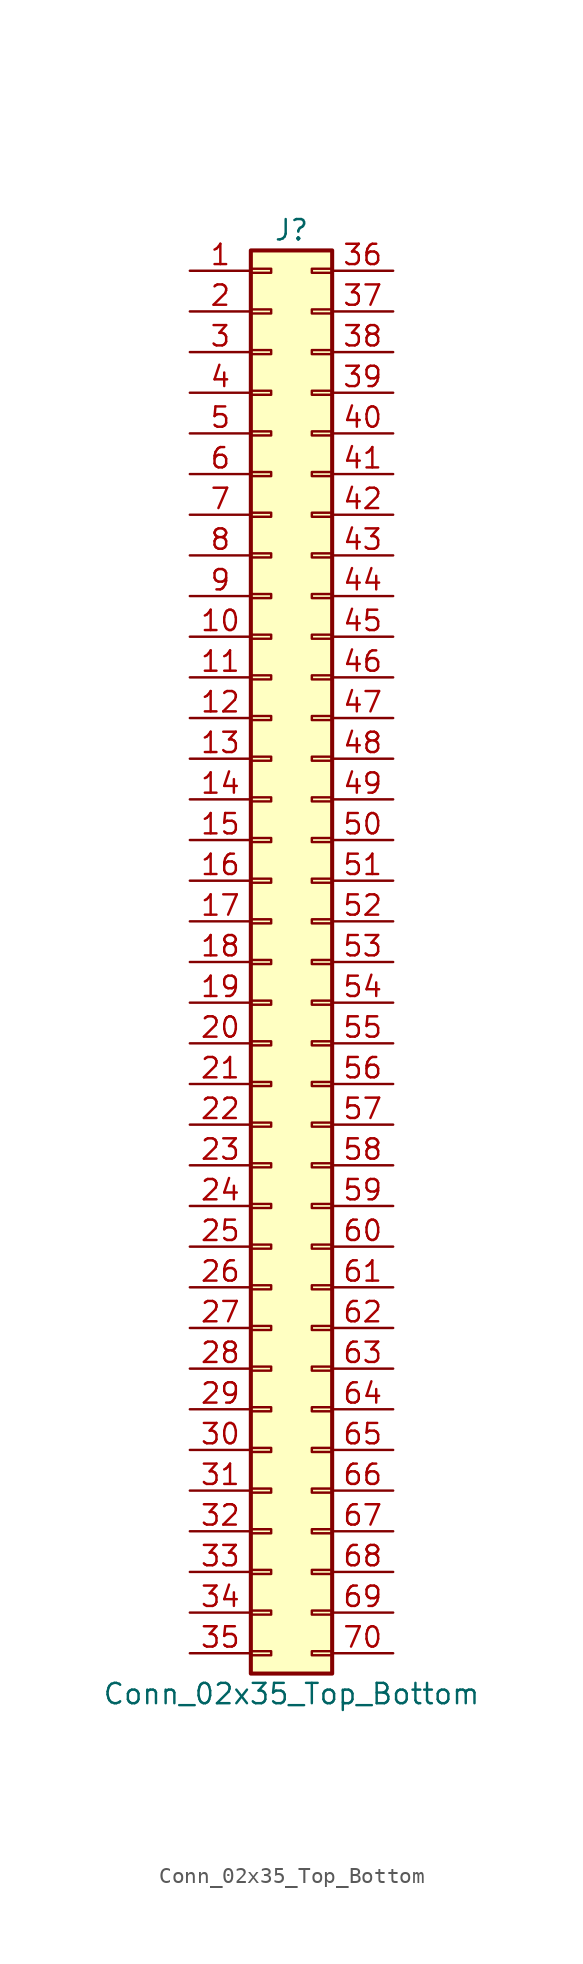
<source format=kicad_sym>
(kicad_symbol_lib
  (version 20201005)
  (generator kicad_symbol_editor)
  (symbol "Conn_02x35_Top_Bottom"
    (pin_names
      (offset 1.016) hide)
    (property "Reference" "J"
      (at 1.27 45.72 0)
      (effects (font (size 1.27 1.27))))
    (property "Value" "Conn_02x35_Top_Bottom"
      (at 1.27 -45.72 0)
      (effects (font (size 1.27 1.27))))
    (symbol "Conn_02x35_Top_Bottom_1_1"
      (rectangle (start -1.27 -43.053) (end 0 -43.307) (stroke (width 0.152)) (fill (type none)))
      (rectangle (start -1.27 -40.513) (end 0 -40.767) (stroke (width 0.152)) (fill (type none)))
      (rectangle (start -1.27 -37.973) (end 0 -38.227) (stroke (width 0.152)) (fill (type none)))
      (rectangle (start -1.27 -35.433) (end 0 -35.687) (stroke (width 0.152)) (fill (type none)))
      (rectangle (start -1.27 -32.893) (end 0 -33.147) (stroke (width 0.152)) (fill (type none)))
      (rectangle (start -1.27 -30.353) (end 0 -30.607) (stroke (width 0.152)) (fill (type none)))
      (rectangle (start -1.27 -27.813) (end 0 -28.067) (stroke (width 0.152)) (fill (type none)))
      (rectangle (start -1.27 -25.273) (end 0 -25.527) (stroke (width 0.152)) (fill (type none)))
      (rectangle (start -1.27 -22.733) (end 0 -22.987) (stroke (width 0.152)) (fill (type none)))
      (rectangle (start -1.27 -20.193) (end 0 -20.447) (stroke (width 0.152)) (fill (type none)))
      (rectangle (start -1.27 -17.653) (end 0 -17.907) (stroke (width 0.152)) (fill (type none)))
      (rectangle (start -1.27 -15.113) (end 0 -15.367) (stroke (width 0.152)) (fill (type none)))
      (rectangle (start -1.27 -12.573) (end 0 -12.827) (stroke (width 0.152)) (fill (type none)))
      (rectangle (start -1.27 -10.033) (end 0 -10.287) (stroke (width 0.152)) (fill (type none)))
      (rectangle (start -1.27 -7.493) (end 0 -7.747) (stroke (width 0.152)) (fill (type none)))
      (rectangle (start -1.27 -4.953) (end 0 -5.207) (stroke (width 0.152)) (fill (type none)))
      (rectangle (start -1.27 -2.413) (end 0 -2.667) (stroke (width 0.152)) (fill (type none)))
      (rectangle (start -1.27 0.127) (end 0 -0.127) (stroke (width 0.152)) (fill (type none)))
      (rectangle (start -1.27 2.667) (end 0 2.413) (stroke (width 0.152)) (fill (type none)))
      (rectangle (start -1.27 5.207) (end 0 4.953) (stroke (width 0.152)) (fill (type none)))
      (rectangle (start -1.27 7.747) (end 0 7.493) (stroke (width 0.152)) (fill (type none)))
      (rectangle (start -1.27 10.287) (end 0 10.033) (stroke (width 0.152)) (fill (type none)))
      (rectangle (start -1.27 12.827) (end 0 12.573) (stroke (width 0.152)) (fill (type none)))
      (rectangle (start -1.27 15.367) (end 0 15.113) (stroke (width 0.152)) (fill (type none)))
      (rectangle (start -1.27 17.907) (end 0 17.653) (stroke (width 0.152)) (fill (type none)))
      (rectangle (start -1.27 20.447) (end 0 20.193) (stroke (width 0.152)) (fill (type none)))
      (rectangle (start -1.27 22.987) (end 0 22.733) (stroke (width 0.152)) (fill (type none)))
      (rectangle (start -1.27 25.527) (end 0 25.273) (stroke (width 0.152)) (fill (type none)))
      (rectangle (start -1.27 28.067) (end 0 27.813) (stroke (width 0.152)) (fill (type none)))
      (rectangle (start -1.27 30.607) (end 0 30.353) (stroke (width 0.152)) (fill (type none)))
      (rectangle (start -1.27 33.147) (end 0 32.893) (stroke (width 0.152)) (fill (type none)))
      (rectangle (start -1.27 35.687) (end 0 35.433) (stroke (width 0.152)) (fill (type none)))
      (rectangle (start -1.27 38.227) (end 0 37.973) (stroke (width 0.152)) (fill (type none)))
      (rectangle (start -1.27 40.767) (end 0 40.513) (stroke (width 0.152)) (fill (type none)))
      (rectangle (start -1.27 43.307) (end 0 43.053) (stroke (width 0.152)) (fill (type none)))
      (rectangle (start 3.81 -43.053) (end 2.54 -43.307) (stroke (width 0.152)) (fill (type none)))
      (rectangle (start 3.81 -40.513) (end 2.54 -40.767) (stroke (width 0.152)) (fill (type none)))
      (rectangle (start 3.81 -37.973) (end 2.54 -38.227) (stroke (width 0.152)) (fill (type none)))
      (rectangle (start 3.81 -35.433) (end 2.54 -35.687) (stroke (width 0.152)) (fill (type none)))
      (rectangle (start 3.81 -32.893) (end 2.54 -33.147) (stroke (width 0.152)) (fill (type none)))
      (rectangle (start 3.81 -30.353) (end 2.54 -30.607) (stroke (width 0.152)) (fill (type none)))
      (rectangle (start 3.81 -27.813) (end 2.54 -28.067) (stroke (width 0.152)) (fill (type none)))
      (rectangle (start 3.81 -25.273) (end 2.54 -25.527) (stroke (width 0.152)) (fill (type none)))
      (rectangle (start 3.81 -22.733) (end 2.54 -22.987) (stroke (width 0.152)) (fill (type none)))
      (rectangle (start 3.81 -20.193) (end 2.54 -20.447) (stroke (width 0.152)) (fill (type none)))
      (rectangle (start 3.81 -17.653) (end 2.54 -17.907) (stroke (width 0.152)) (fill (type none)))
      (rectangle (start 3.81 -15.113) (end 2.54 -15.367) (stroke (width 0.152)) (fill (type none)))
      (rectangle (start 3.81 -12.573) (end 2.54 -12.827) (stroke (width 0.152)) (fill (type none)))
      (rectangle (start 3.81 -10.033) (end 2.54 -10.287) (stroke (width 0.152)) (fill (type none)))
      (rectangle (start 3.81 -7.493) (end 2.54 -7.747) (stroke (width 0.152)) (fill (type none)))
      (rectangle (start 3.81 -4.953) (end 2.54 -5.207) (stroke (width 0.152)) (fill (type none)))
      (rectangle (start 3.81 -2.413) (end 2.54 -2.667) (stroke (width 0.152)) (fill (type none)))
      (rectangle (start 3.81 0.127) (end 2.54 -0.127) (stroke (width 0.152)) (fill (type none)))
      (rectangle (start 3.81 2.667) (end 2.54 2.413) (stroke (width 0.152)) (fill (type none)))
      (rectangle (start 3.81 5.207) (end 2.54 4.953) (stroke (width 0.152)) (fill (type none)))
      (rectangle (start 3.81 7.747) (end 2.54 7.493) (stroke (width 0.152)) (fill (type none)))
      (rectangle (start 3.81 10.287) (end 2.54 10.033) (stroke (width 0.152)) (fill (type none)))
      (rectangle (start 3.81 12.827) (end 2.54 12.573) (stroke (width 0.152)) (fill (type none)))
      (rectangle (start 3.81 15.367) (end 2.54 15.113) (stroke (width 0.152)) (fill (type none)))
      (rectangle (start 3.81 17.907) (end 2.54 17.653) (stroke (width 0.152)) (fill (type none)))
      (rectangle (start 3.81 20.447) (end 2.54 20.193) (stroke (width 0.152)) (fill (type none)))
      (rectangle (start 3.81 22.987) (end 2.54 22.733) (stroke (width 0.152)) (fill (type none)))
      (rectangle (start 3.81 25.527) (end 2.54 25.273) (stroke (width 0.152)) (fill (type none)))
      (rectangle (start 3.81 28.067) (end 2.54 27.813) (stroke (width 0.152)) (fill (type none)))
      (rectangle (start 3.81 30.607) (end 2.54 30.353) (stroke (width 0.152)) (fill (type none)))
      (rectangle (start 3.81 33.147) (end 2.54 32.893) (stroke (width 0.152)) (fill (type none)))
      (rectangle (start 3.81 35.687) (end 2.54 35.433) (stroke (width 0.152)) (fill (type none)))
      (rectangle (start 3.81 38.227) (end 2.54 37.973) (stroke (width 0.152)) (fill (type none)))
      (rectangle (start 3.81 40.767) (end 2.54 40.513) (stroke (width 0.152)) (fill (type none)))
      (rectangle (start 3.81 43.307) (end 2.54 43.053) (stroke (width 0.152)) (fill (type none)))
      (rectangle (start -1.27 44.45) (end 3.81 -44.45) (stroke (width 0.254)) (fill (type background)))
      (pin passive line (at -5.08 43.18 0) (length 3.81) (name "Pin_1" (effects (font (size 1.27 1.27)))) (number "1" (effects (font (size 1.27 1.27)))))
      (pin passive line (at -5.08 20.32 0) (length 3.81) (name "Pin_10" (effects (font (size 1.27 1.27)))) (number "10" (effects (font (size 1.27 1.27)))))
      (pin passive line (at -5.08 17.78 0) (length 3.81) (name "Pin_11" (effects (font (size 1.27 1.27)))) (number "11" (effects (font (size 1.27 1.27)))))
      (pin passive line (at -5.08 15.24 0) (length 3.81) (name "Pin_12" (effects (font (size 1.27 1.27)))) (number "12" (effects (font (size 1.27 1.27)))))
      (pin passive line (at -5.08 12.7 0) (length 3.81) (name "Pin_13" (effects (font (size 1.27 1.27)))) (number "13" (effects (font (size 1.27 1.27)))))
      (pin passive line (at -5.08 10.16 0) (length 3.81) (name "Pin_14" (effects (font (size 1.27 1.27)))) (number "14" (effects (font (size 1.27 1.27)))))
      (pin passive line (at -5.08 7.62 0) (length 3.81) (name "Pin_15" (effects (font (size 1.27 1.27)))) (number "15" (effects (font (size 1.27 1.27)))))
      (pin passive line (at -5.08 5.08 0) (length 3.81) (name "Pin_16" (effects (font (size 1.27 1.27)))) (number "16" (effects (font (size 1.27 1.27)))))
      (pin passive line (at -5.08 2.54 0) (length 3.81) (name "Pin_17" (effects (font (size 1.27 1.27)))) (number "17" (effects (font (size 1.27 1.27)))))
      (pin passive line (at -5.08 0 0) (length 3.81) (name "Pin_18" (effects (font (size 1.27 1.27)))) (number "18" (effects (font (size 1.27 1.27)))))
      (pin passive line (at -5.08 -2.54 0) (length 3.81) (name "Pin_19" (effects (font (size 1.27 1.27)))) (number "19" (effects (font (size 1.27 1.27)))))
      (pin passive line (at -5.08 40.64 0) (length 3.81) (name "Pin_2" (effects (font (size 1.27 1.27)))) (number "2" (effects (font (size 1.27 1.27)))))
      (pin passive line (at -5.08 -5.08 0) (length 3.81) (name "Pin_20" (effects (font (size 1.27 1.27)))) (number "20" (effects (font (size 1.27 1.27)))))
      (pin passive line (at -5.08 -7.62 0) (length 3.81) (name "Pin_21" (effects (font (size 1.27 1.27)))) (number "21" (effects (font (size 1.27 1.27)))))
      (pin passive line (at -5.08 -10.16 0) (length 3.81) (name "Pin_22" (effects (font (size 1.27 1.27)))) (number "22" (effects (font (size 1.27 1.27)))))
      (pin passive line (at -5.08 -12.7 0) (length 3.81) (name "Pin_23" (effects (font (size 1.27 1.27)))) (number "23" (effects (font (size 1.27 1.27)))))
      (pin passive line (at -5.08 -15.24 0) (length 3.81) (name "Pin_24" (effects (font (size 1.27 1.27)))) (number "24" (effects (font (size 1.27 1.27)))))
      (pin passive line (at -5.08 -17.78 0) (length 3.81) (name "Pin_25" (effects (font (size 1.27 1.27)))) (number "25" (effects (font (size 1.27 1.27)))))
      (pin passive line (at -5.08 -20.32 0) (length 3.81) (name "Pin_26" (effects (font (size 1.27 1.27)))) (number "26" (effects (font (size 1.27 1.27)))))
      (pin passive line (at -5.08 -22.86 0) (length 3.81) (name "Pin_27" (effects (font (size 1.27 1.27)))) (number "27" (effects (font (size 1.27 1.27)))))
      (pin passive line (at -5.08 -25.4 0) (length 3.81) (name "Pin_28" (effects (font (size 1.27 1.27)))) (number "28" (effects (font (size 1.27 1.27)))))
      (pin passive line (at -5.08 -27.94 0) (length 3.81) (name "Pin_29" (effects (font (size 1.27 1.27)))) (number "29" (effects (font (size 1.27 1.27)))))
      (pin passive line (at -5.08 38.1 0) (length 3.81) (name "Pin_3" (effects (font (size 1.27 1.27)))) (number "3" (effects (font (size 1.27 1.27)))))
      (pin passive line (at -5.08 -30.48 0) (length 3.81) (name "Pin_30" (effects (font (size 1.27 1.27)))) (number "30" (effects (font (size 1.27 1.27)))))
      (pin passive line (at -5.08 -33.02 0) (length 3.81) (name "Pin_31" (effects (font (size 1.27 1.27)))) (number "31" (effects (font (size 1.27 1.27)))))
      (pin passive line (at -5.08 -35.56 0) (length 3.81) (name "Pin_32" (effects (font (size 1.27 1.27)))) (number "32" (effects (font (size 1.27 1.27)))))
      (pin passive line (at -5.08 -38.1 0) (length 3.81) (name "Pin_33" (effects (font (size 1.27 1.27)))) (number "33" (effects (font (size 1.27 1.27)))))
      (pin passive line (at -5.08 -40.64 0) (length 3.81) (name "Pin_34" (effects (font (size 1.27 1.27)))) (number "34" (effects (font (size 1.27 1.27)))))
      (pin passive line (at -5.08 -43.18 0) (length 3.81) (name "Pin_35" (effects (font (size 1.27 1.27)))) (number "35" (effects (font (size 1.27 1.27)))))
      (pin passive line (at 7.62 43.18 180) (length 3.81) (name "Pin_36" (effects (font (size 1.27 1.27)))) (number "36" (effects (font (size 1.27 1.27)))))
      (pin passive line (at 7.62 40.64 180) (length 3.81) (name "Pin_37" (effects (font (size 1.27 1.27)))) (number "37" (effects (font (size 1.27 1.27)))))
      (pin passive line (at 7.62 38.1 180) (length 3.81) (name "Pin_38" (effects (font (size 1.27 1.27)))) (number "38" (effects (font (size 1.27 1.27)))))
      (pin passive line (at 7.62 35.56 180) (length 3.81) (name "Pin_39" (effects (font (size 1.27 1.27)))) (number "39" (effects (font (size 1.27 1.27)))))
      (pin passive line (at -5.08 35.56 0) (length 3.81) (name "Pin_4" (effects (font (size 1.27 1.27)))) (number "4" (effects (font (size 1.27 1.27)))))
      (pin passive line (at 7.62 33.02 180) (length 3.81) (name "Pin_40" (effects (font (size 1.27 1.27)))) (number "40" (effects (font (size 1.27 1.27)))))
      (pin passive line (at 7.62 30.48 180) (length 3.81) (name "Pin_41" (effects (font (size 1.27 1.27)))) (number "41" (effects (font (size 1.27 1.27)))))
      (pin passive line (at 7.62 27.94 180) (length 3.81) (name "Pin_42" (effects (font (size 1.27 1.27)))) (number "42" (effects (font (size 1.27 1.27)))))
      (pin passive line (at 7.62 25.4 180) (length 3.81) (name "Pin_43" (effects (font (size 1.27 1.27)))) (number "43" (effects (font (size 1.27 1.27)))))
      (pin passive line (at 7.62 22.86 180) (length 3.81) (name "Pin_44" (effects (font (size 1.27 1.27)))) (number "44" (effects (font (size 1.27 1.27)))))
      (pin passive line (at 7.62 20.32 180) (length 3.81) (name "Pin_45" (effects (font (size 1.27 1.27)))) (number "45" (effects (font (size 1.27 1.27)))))
      (pin passive line (at 7.62 17.78 180) (length 3.81) (name "Pin_46" (effects (font (size 1.27 1.27)))) (number "46" (effects (font (size 1.27 1.27)))))
      (pin passive line (at 7.62 15.24 180) (length 3.81) (name "Pin_47" (effects (font (size 1.27 1.27)))) (number "47" (effects (font (size 1.27 1.27)))))
      (pin passive line (at 7.62 12.7 180) (length 3.81) (name "Pin_48" (effects (font (size 1.27 1.27)))) (number "48" (effects (font (size 1.27 1.27)))))
      (pin passive line (at 7.62 10.16 180) (length 3.81) (name "Pin_49" (effects (font (size 1.27 1.27)))) (number "49" (effects (font (size 1.27 1.27)))))
      (pin passive line (at -5.08 33.02 0) (length 3.81) (name "Pin_5" (effects (font (size 1.27 1.27)))) (number "5" (effects (font (size 1.27 1.27)))))
      (pin passive line (at 7.62 7.62 180) (length 3.81) (name "Pin_50" (effects (font (size 1.27 1.27)))) (number "50" (effects (font (size 1.27 1.27)))))
      (pin passive line (at 7.62 5.08 180) (length 3.81) (name "Pin_51" (effects (font (size 1.27 1.27)))) (number "51" (effects (font (size 1.27 1.27)))))
      (pin passive line (at 7.62 2.54 180) (length 3.81) (name "Pin_52" (effects (font (size 1.27 1.27)))) (number "52" (effects (font (size 1.27 1.27)))))
      (pin passive line (at 7.62 0 180) (length 3.81) (name "Pin_53" (effects (font (size 1.27 1.27)))) (number "53" (effects (font (size 1.27 1.27)))))
      (pin passive line (at 7.62 -2.54 180) (length 3.81) (name "Pin_54" (effects (font (size 1.27 1.27)))) (number "54" (effects (font (size 1.27 1.27)))))
      (pin passive line (at 7.62 -5.08 180) (length 3.81) (name "Pin_55" (effects (font (size 1.27 1.27)))) (number "55" (effects (font (size 1.27 1.27)))))
      (pin passive line (at 7.62 -7.62 180) (length 3.81) (name "Pin_56" (effects (font (size 1.27 1.27)))) (number "56" (effects (font (size 1.27 1.27)))))
      (pin passive line (at 7.62 -10.16 180) (length 3.81) (name "Pin_57" (effects (font (size 1.27 1.27)))) (number "57" (effects (font (size 1.27 1.27)))))
      (pin passive line (at 7.62 -12.7 180) (length 3.81) (name "Pin_58" (effects (font (size 1.27 1.27)))) (number "58" (effects (font (size 1.27 1.27)))))
      (pin passive line (at 7.62 -15.24 180) (length 3.81) (name "Pin_59" (effects (font (size 1.27 1.27)))) (number "59" (effects (font (size 1.27 1.27)))))
      (pin passive line (at -5.08 30.48 0) (length 3.81) (name "Pin_6" (effects (font (size 1.27 1.27)))) (number "6" (effects (font (size 1.27 1.27)))))
      (pin passive line (at 7.62 -17.78 180) (length 3.81) (name "Pin_60" (effects (font (size 1.27 1.27)))) (number "60" (effects (font (size 1.27 1.27)))))
      (pin passive line (at 7.62 -20.32 180) (length 3.81) (name "Pin_61" (effects (font (size 1.27 1.27)))) (number "61" (effects (font (size 1.27 1.27)))))
      (pin passive line (at 7.62 -22.86 180) (length 3.81) (name "Pin_62" (effects (font (size 1.27 1.27)))) (number "62" (effects (font (size 1.27 1.27)))))
      (pin passive line (at 7.62 -25.4 180) (length 3.81) (name "Pin_63" (effects (font (size 1.27 1.27)))) (number "63" (effects (font (size 1.27 1.27)))))
      (pin passive line (at 7.62 -27.94 180) (length 3.81) (name "Pin_64" (effects (font (size 1.27 1.27)))) (number "64" (effects (font (size 1.27 1.27)))))
      (pin passive line (at 7.62 -30.48 180) (length 3.81) (name "Pin_65" (effects (font (size 1.27 1.27)))) (number "65" (effects (font (size 1.27 1.27)))))
      (pin passive line (at 7.62 -33.02 180) (length 3.81) (name "Pin_66" (effects (font (size 1.27 1.27)))) (number "66" (effects (font (size 1.27 1.27)))))
      (pin passive line (at 7.62 -35.56 180) (length 3.81) (name "Pin_67" (effects (font (size 1.27 1.27)))) (number "67" (effects (font (size 1.27 1.27)))))
      (pin passive line (at 7.62 -38.1 180) (length 3.81) (name "Pin_68" (effects (font (size 1.27 1.27)))) (number "68" (effects (font (size 1.27 1.27)))))
      (pin passive line (at 7.62 -40.64 180) (length 3.81) (name "Pin_69" (effects (font (size 1.27 1.27)))) (number "69" (effects (font (size 1.27 1.27)))))
      (pin passive line (at -5.08 27.94 0) (length 3.81) (name "Pin_7" (effects (font (size 1.27 1.27)))) (number "7" (effects (font (size 1.27 1.27)))))
      (pin passive line (at 7.62 -43.18 180) (length 3.81) (name "Pin_70" (effects (font (size 1.27 1.27)))) (number "70" (effects (font (size 1.27 1.27)))))
      (pin passive line (at -5.08 25.4 0) (length 3.81) (name "Pin_8" (effects (font (size 1.27 1.27)))) (number "8" (effects (font (size 1.27 1.27)))))
      (pin passive line (at -5.08 22.86 0) (length 3.81) (name "Pin_9" (effects (font (size 1.27 1.27)))) (number "9" (effects (font (size 1.27 1.27))))))))
</source>
